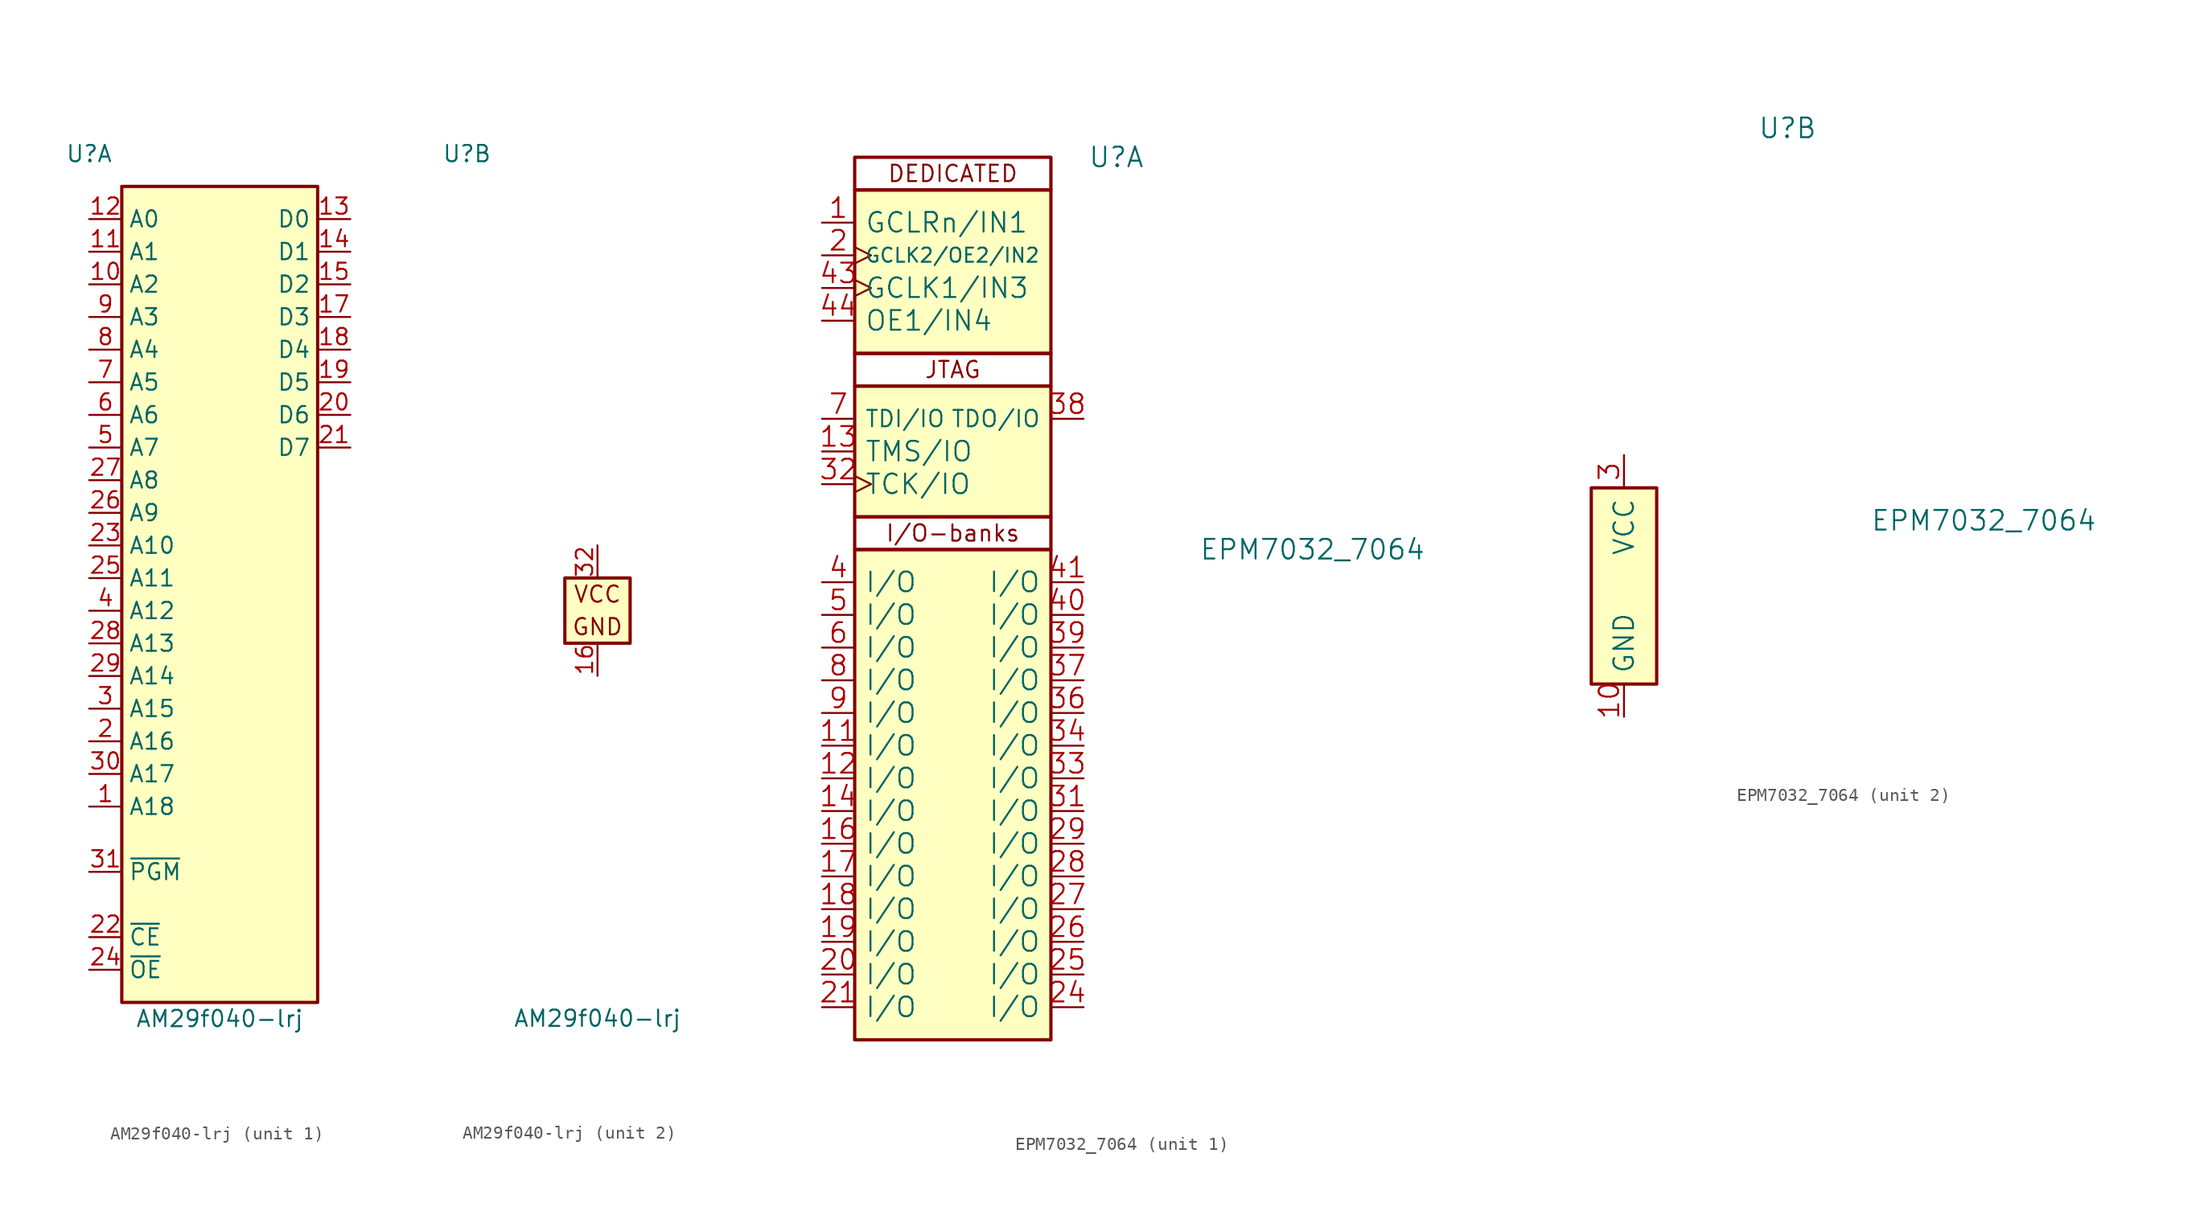
<source format=kicad_sym>
(kicad_symbol_lib
  (version 20211014)
  (generator kicad_symbol_editor)
  (symbol "AM29f040-lrj"
    (property "Reference" "U"
      (at -10.16 35.56 0)
      (effects (font (size 1.27 1.27))))
    (property "Value" "AM29f040-lrj"
      (at 0 -31.75 0)
      (effects (font (size 1.27 1.27))))
    (property "ki_locked" ""
      (at 0 0 0)
      (effects (font (size 1.27 1.27))))
    (symbol "AM29f040-lrj_1_1"
      (rectangle (start -7.62 33.02) (end 7.62 -30.48) (stroke (width 0.254) (type default) (color 0 0 0 0)) (fill (type background)))
      (pin input line (at -10.16 -15.24 0) (length 2.54) (name "A18" (effects (font (size 1.27 1.27)))) (number "1" (effects (font (size 1.27 1.27)))))
      (pin input line (at -10.16 25.4 0) (length 2.54) (name "A2" (effects (font (size 1.27 1.27)))) (number "10" (effects (font (size 1.27 1.27)))))
      (pin input line (at -10.16 27.94 0) (length 2.54) (name "A1" (effects (font (size 1.27 1.27)))) (number "11" (effects (font (size 1.27 1.27)))))
      (pin input line (at -10.16 30.48 0) (length 2.54) (name "A0" (effects (font (size 1.27 1.27)))) (number "12" (effects (font (size 1.27 1.27)))))
      (pin tri_state line (at 10.16 30.48 180) (length 2.54) (name "D0" (effects (font (size 1.27 1.27)))) (number "13" (effects (font (size 1.27 1.27)))))
      (pin tri_state line (at 10.16 27.94 180) (length 2.54) (name "D1" (effects (font (size 1.27 1.27)))) (number "14" (effects (font (size 1.27 1.27)))))
      (pin tri_state line (at 10.16 25.4 180) (length 2.54) (name "D2" (effects (font (size 1.27 1.27)))) (number "15" (effects (font (size 1.27 1.27)))))
      (pin tri_state line (at 10.16 22.86 180) (length 2.54) (name "D3" (effects (font (size 1.27 1.27)))) (number "17" (effects (font (size 1.27 1.27)))))
      (pin tri_state line (at 10.16 20.32 180) (length 2.54) (name "D4" (effects (font (size 1.27 1.27)))) (number "18" (effects (font (size 1.27 1.27)))))
      (pin tri_state line (at 10.16 17.78 180) (length 2.54) (name "D5" (effects (font (size 1.27 1.27)))) (number "19" (effects (font (size 1.27 1.27)))))
      (pin input line (at -10.16 -10.16 0) (length 2.54) (name "A16" (effects (font (size 1.27 1.27)))) (number "2" (effects (font (size 1.27 1.27)))))
      (pin tri_state line (at 10.16 15.24 180) (length 2.54) (name "D6" (effects (font (size 1.27 1.27)))) (number "20" (effects (font (size 1.27 1.27)))))
      (pin tri_state line (at 10.16 12.7 180) (length 2.54) (name "D7" (effects (font (size 1.27 1.27)))) (number "21" (effects (font (size 1.27 1.27)))))
      (pin input line (at -10.16 -25.4 0) (length 2.54) (name "~{CE}" (effects (font (size 1.27 1.27)))) (number "22" (effects (font (size 1.27 1.27)))))
      (pin input line (at -10.16 5.08 0) (length 2.54) (name "A10" (effects (font (size 1.27 1.27)))) (number "23" (effects (font (size 1.27 1.27)))))
      (pin input line (at -10.16 -27.94 0) (length 2.54) (name "~{OE}" (effects (font (size 1.27 1.27)))) (number "24" (effects (font (size 1.27 1.27)))))
      (pin input line (at -10.16 2.54 0) (length 2.54) (name "A11" (effects (font (size 1.27 1.27)))) (number "25" (effects (font (size 1.27 1.27)))))
      (pin input line (at -10.16 7.62 0) (length 2.54) (name "A9" (effects (font (size 1.27 1.27)))) (number "26" (effects (font (size 1.27 1.27)))))
      (pin input line (at -10.16 10.16 0) (length 2.54) (name "A8" (effects (font (size 1.27 1.27)))) (number "27" (effects (font (size 1.27 1.27)))))
      (pin input line (at -10.16 -2.54 0) (length 2.54) (name "A13" (effects (font (size 1.27 1.27)))) (number "28" (effects (font (size 1.27 1.27)))))
      (pin input line (at -10.16 -5.08 0) (length 2.54) (name "A14" (effects (font (size 1.27 1.27)))) (number "29" (effects (font (size 1.27 1.27)))))
      (pin input line (at -10.16 -7.62 0) (length 2.54) (name "A15" (effects (font (size 1.27 1.27)))) (number "3" (effects (font (size 1.27 1.27)))))
      (pin input line (at -10.16 -12.7 0) (length 2.54) (name "A17" (effects (font (size 1.27 1.27)))) (number "30" (effects (font (size 1.27 1.27)))))
      (pin input line (at -10.16 -20.32 0) (length 2.54) (name "~{PGM}" (effects (font (size 1.27 1.27)))) (number "31" (effects (font (size 1.27 1.27)))))
      (pin input line (at -10.16 0 0) (length 2.54) (name "A12" (effects (font (size 1.27 1.27)))) (number "4" (effects (font (size 1.27 1.27)))))
      (pin input line (at -10.16 12.7 0) (length 2.54) (name "A7" (effects (font (size 1.27 1.27)))) (number "5" (effects (font (size 1.27 1.27)))))
      (pin input line (at -10.16 15.24 0) (length 2.54) (name "A6" (effects (font (size 1.27 1.27)))) (number "6" (effects (font (size 1.27 1.27)))))
      (pin input line (at -10.16 17.78 0) (length 2.54) (name "A5" (effects (font (size 1.27 1.27)))) (number "7" (effects (font (size 1.27 1.27)))))
      (pin input line (at -10.16 20.32 0) (length 2.54) (name "A4" (effects (font (size 1.27 1.27)))) (number "8" (effects (font (size 1.27 1.27)))))
      (pin input line (at -10.16 22.86 0) (length 2.54) (name "A3" (effects (font (size 1.27 1.27)))) (number "9" (effects (font (size 1.27 1.27))))))
    (symbol "AM29f040-lrj_2_0"
      (text "GND" (at 0 -1.27 0) (effects (font (size 1.27 1.27))))
      (pin power_in line (at 0 -5.08 90) (length 2.54) (name "GND" (effects (font (size 0 0)))) (number "16" (effects (font (size 1.27 1.27)))))
      (pin power_in line (at 0 5.08 270) (length 2.54) (name "VCC" (effects (font (size 0 0)))) (number "32" (effects (font (size 1.27 1.27))))))
    (symbol "AM29f040-lrj_2_1"
      (rectangle (start -2.54 2.54) (end 2.54 -2.54) (stroke (width 0.254) (type default) (color 0 0 0 0)) (fill (type background)))
      (text "VCC" (at 0 1.27 0) (effects (font (size 1.27 1.27))))))
  (symbol "EPM7032_7064"
    (pin_names
      (offset 0.762))
    (property "Reference" "U"
      (at 12.7 35.56 0)
      (effects (font (size 1.524 1.524))))
    (property "Value" "EPM7032_7064"
      (at 27.94 5.08 0)
      (effects (font (size 1.524 1.524))))
    (property "ki_locked" ""
      (at 0 0 0)
      (effects (font (size 1.27 1.27))))
    (symbol "EPM7032_7064_1_0"
      (text "DEDICATED" (at 0 34.29 0) (effects (font (size 1.27 1.27))))
      (text "I/O-banks" (at 0 6.35 0) (effects (font (size 1.27 1.27))))
      (text "JTAG" (at 0 19.05 0) (effects (font (size 1.27 1.27)))))
    (symbol "EPM7032_7064_1_1"
      (rectangle (start -7.62 5.08) (end 7.62 -33.02) (stroke (width 0.254) (type default) (color 0 0 0 0)) (fill (type background)))
      (rectangle (start -7.62 7.62) (end 7.62 5.08) (stroke (width 0.254) (type default) (color 0 0 0 0)) (fill (type none)))
      (rectangle (start -7.62 17.78) (end 7.62 7.62) (stroke (width 0.254) (type default) (color 0 0 0 0)) (fill (type background)))
      (rectangle (start -7.62 20.32) (end 7.62 17.78) (stroke (width 0.254) (type default) (color 0 0 0 0)) (fill (type none)))
      (rectangle (start -7.62 33.02) (end 7.62 20.32) (stroke (width 0.254) (type default) (color 0 0 0 0)) (fill (type background)))
      (rectangle (start -7.62 35.56) (end 7.62 33.02) (stroke (width 0.254) (type default) (color 0 0 0 0)) (fill (type none)))
      (pin input line (at -10.16 30.48 0) (length 2.54) (name "GCLRn/IN1" (effects (font (size 1.524 1.524)))) (number "1" (effects (font (size 1.524 1.524)))))
      (pin bidirectional line (at -10.16 -10.16 0) (length 2.54) (name "I/O" (effects (font (size 1.524 1.524)))) (number "11" (effects (font (size 1.524 1.524)))))
      (pin bidirectional line (at -10.16 -12.7 0) (length 2.54) (name "I/O" (effects (font (size 1.524 1.524)))) (number "12" (effects (font (size 1.524 1.524)))))
      (pin bidirectional line (at -10.16 12.7 0) (length 2.54) (name "TMS/IO" (effects (font (size 1.524 1.524)))) (number "13" (effects (font (size 1.524 1.524)))))
      (pin bidirectional line (at -10.16 -15.24 0) (length 2.54) (name "I/O" (effects (font (size 1.524 1.524)))) (number "14" (effects (font (size 1.524 1.524)))))
      (pin bidirectional line (at -10.16 -17.78 0) (length 2.54) (name "I/O" (effects (font (size 1.524 1.524)))) (number "16" (effects (font (size 1.524 1.524)))))
      (pin bidirectional line (at -10.16 -20.32 0) (length 2.54) (name "I/O" (effects (font (size 1.524 1.524)))) (number "17" (effects (font (size 1.524 1.524)))))
      (pin bidirectional line (at -10.16 -22.86 0) (length 2.54) (name "I/O" (effects (font (size 1.524 1.524)))) (number "18" (effects (font (size 1.524 1.524)))))
      (pin bidirectional line (at -10.16 -25.4 0) (length 2.54) (name "I/O" (effects (font (size 1.524 1.524)))) (number "19" (effects (font (size 1.524 1.524)))))
      (pin input clock (at -10.16 27.94 0) (length 2.54) (name "GCLK2/OE2/IN2" (effects (font (size 1.1 1.1)))) (number "2" (effects (font (size 1.524 1.524)))))
      (pin bidirectional line (at -10.16 -27.94 0) (length 2.54) (name "I/O" (effects (font (size 1.524 1.524)))) (number "20" (effects (font (size 1.524 1.524)))))
      (pin bidirectional line (at -10.16 -30.48 0) (length 2.54) (name "I/O" (effects (font (size 1.524 1.524)))) (number "21" (effects (font (size 1.524 1.524)))))
      (pin bidirectional line (at 10.16 -30.48 180) (length 2.54) (name "I/O" (effects (font (size 1.524 1.524)))) (number "24" (effects (font (size 1.524 1.524)))))
      (pin bidirectional line (at 10.16 -27.94 180) (length 2.54) (name "I/O" (effects (font (size 1.524 1.524)))) (number "25" (effects (font (size 1.524 1.524)))))
      (pin bidirectional line (at 10.16 -25.4 180) (length 2.54) (name "I/O" (effects (font (size 1.524 1.524)))) (number "26" (effects (font (size 1.524 1.524)))))
      (pin bidirectional line (at 10.16 -22.86 180) (length 2.54) (name "I/O" (effects (font (size 1.524 1.524)))) (number "27" (effects (font (size 1.524 1.524)))))
      (pin bidirectional line (at 10.16 -20.32 180) (length 2.54) (name "I/O" (effects (font (size 1.524 1.524)))) (number "28" (effects (font (size 1.524 1.524)))))
      (pin bidirectional line (at 10.16 -17.78 180) (length 2.54) (name "I/O" (effects (font (size 1.524 1.524)))) (number "29" (effects (font (size 1.524 1.524)))))
      (pin bidirectional line (at 10.16 -15.24 180) (length 2.54) (name "I/O" (effects (font (size 1.524 1.524)))) (number "31" (effects (font (size 1.524 1.524)))))
      (pin bidirectional clock (at -10.16 10.16 0) (length 2.54) (name "TCK/IO" (effects (font (size 1.524 1.524)))) (number "32" (effects (font (size 1.524 1.524)))))
      (pin bidirectional line (at 10.16 -12.7 180) (length 2.54) (name "I/O" (effects (font (size 1.524 1.524)))) (number "33" (effects (font (size 1.524 1.524)))))
      (pin bidirectional line (at 10.16 -10.16 180) (length 2.54) (name "I/O" (effects (font (size 1.524 1.524)))) (number "34" (effects (font (size 1.524 1.524)))))
      (pin bidirectional line (at 10.16 -7.62 180) (length 2.54) (name "I/O" (effects (font (size 1.524 1.524)))) (number "36" (effects (font (size 1.524 1.524)))))
      (pin bidirectional line (at 10.16 -5.08 180) (length 2.54) (name "I/O" (effects (font (size 1.524 1.524)))) (number "37" (effects (font (size 1.524 1.524)))))
      (pin bidirectional line (at 10.16 15.24 180) (length 2.54) (name "TDO/IO" (effects (font (size 1.27 1.27)))) (number "38" (effects (font (size 1.524 1.524)))))
      (pin bidirectional line (at 10.16 -2.54 180) (length 2.54) (name "I/O" (effects (font (size 1.524 1.524)))) (number "39" (effects (font (size 1.524 1.524)))))
      (pin bidirectional line (at -10.16 2.54 0) (length 2.54) (name "I/O" (effects (font (size 1.524 1.524)))) (number "4" (effects (font (size 1.524 1.524)))))
      (pin bidirectional line (at 10.16 0 180) (length 2.54) (name "I/O" (effects (font (size 1.524 1.524)))) (number "40" (effects (font (size 1.524 1.524)))))
      (pin bidirectional line (at 10.16 2.54 180) (length 2.54) (name "I/O" (effects (font (size 1.524 1.524)))) (number "41" (effects (font (size 1.524 1.524)))))
      (pin input clock (at -10.16 25.4 0) (length 2.54) (name "GCLK1/IN3" (effects (font (size 1.524 1.524)))) (number "43" (effects (font (size 1.524 1.524)))))
      (pin input line (at -10.16 22.86 0) (length 2.54) (name "OE1/IN4" (effects (font (size 1.524 1.524)))) (number "44" (effects (font (size 1.524 1.524)))))
      (pin bidirectional line (at -10.16 0 0) (length 2.54) (name "I/O" (effects (font (size 1.524 1.524)))) (number "5" (effects (font (size 1.524 1.524)))))
      (pin bidirectional line (at -10.16 -2.54 0) (length 2.54) (name "I/O" (effects (font (size 1.524 1.524)))) (number "6" (effects (font (size 1.524 1.524)))))
      (pin bidirectional line (at -10.16 15.24 0) (length 2.54) (name "TDI/IO" (effects (font (size 1.27 1.27)))) (number "7" (effects (font (size 1.524 1.524)))))
      (pin bidirectional line (at -10.16 -5.08 0) (length 2.54) (name "I/O" (effects (font (size 1.524 1.524)))) (number "8" (effects (font (size 1.524 1.524)))))
      (pin bidirectional line (at -10.16 -7.62 0) (length 2.54) (name "I/O" (effects (font (size 1.524 1.524)))) (number "9" (effects (font (size 1.524 1.524))))))
    (symbol "EPM7032_7064_2_1"
      (rectangle (start -2.54 7.62) (end 2.54 -7.62) (stroke (width 0.254) (type default) (color 0 0 0 0)) (fill (type background)))
      (pin power_in line (at 0 -10.16 90) (length 2.54) (name "GND" (effects (font (size 1.524 1.524)))) (number "10" (effects (font (size 1.524 1.524)))))
      (pin passive line (at 0 10.16 270) (length 2.54) hide (name "VCC" (effects (font (size 1.524 1.524)))) (number "15" (effects (font (size 1.524 1.524)))))
      (pin passive line (at 0 -10.16 90) (length 2.54) hide (name "GND" (effects (font (size 1.524 1.524)))) (number "22" (effects (font (size 1.524 1.524)))))
      (pin passive line (at 0 10.16 270) (length 2.54) hide (name "VCC" (effects (font (size 1.27 1.27)))) (number "23" (effects (font (size 1.27 1.27)))))
      (pin power_in line (at 0 10.16 270) (length 2.54) (name "VCC" (effects (font (size 1.524 1.524)))) (number "3" (effects (font (size 1.524 1.524)))))
      (pin passive line (at 0 -10.16 90) (length 2.54) hide (name "GND" (effects (font (size 1.524 1.524)))) (number "30" (effects (font (size 1.524 1.524)))))
      (pin passive line (at 0 10.16 270) (length 2.54) hide (name "VCC" (effects (font (size 1.524 1.524)))) (number "35" (effects (font (size 1.524 1.524)))))
      (pin passive line (at 0 -10.16 90) (length 2.54) hide (name "GND" (effects (font (size 1.524 1.524)))) (number "42" (effects (font (size 1.524 1.524))))))))
</source>
